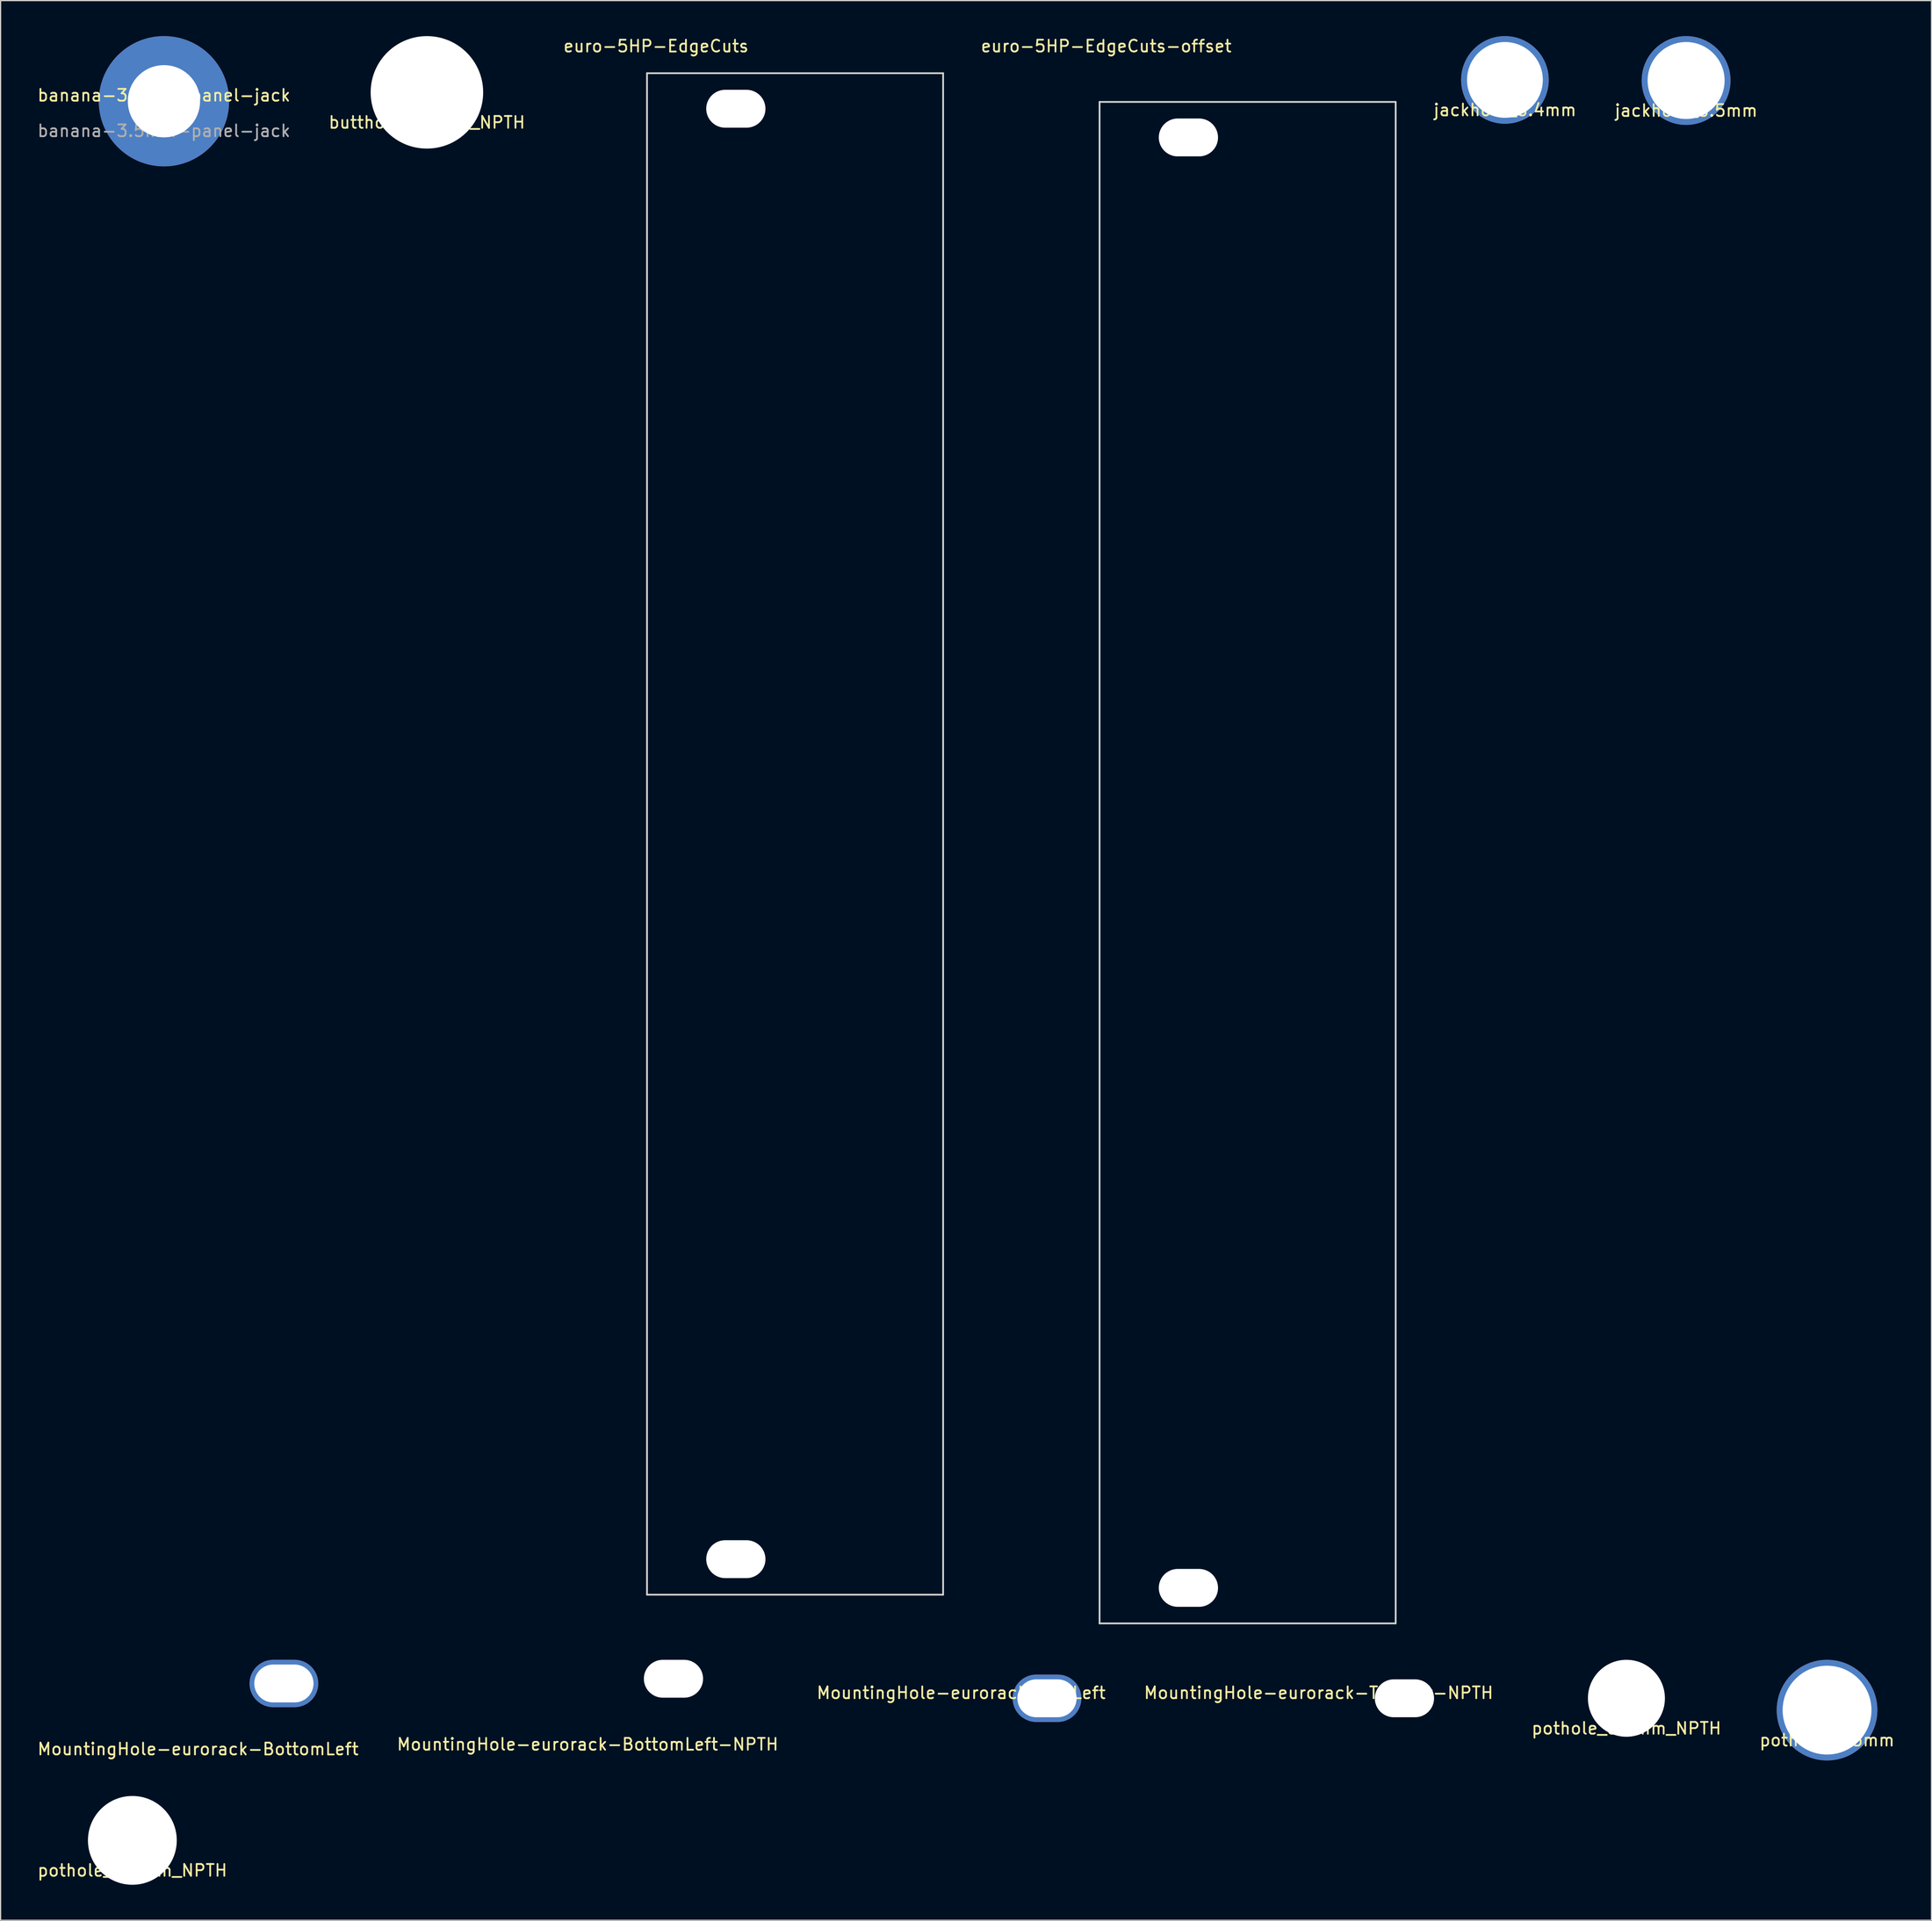
<source format=kicad_pcb>
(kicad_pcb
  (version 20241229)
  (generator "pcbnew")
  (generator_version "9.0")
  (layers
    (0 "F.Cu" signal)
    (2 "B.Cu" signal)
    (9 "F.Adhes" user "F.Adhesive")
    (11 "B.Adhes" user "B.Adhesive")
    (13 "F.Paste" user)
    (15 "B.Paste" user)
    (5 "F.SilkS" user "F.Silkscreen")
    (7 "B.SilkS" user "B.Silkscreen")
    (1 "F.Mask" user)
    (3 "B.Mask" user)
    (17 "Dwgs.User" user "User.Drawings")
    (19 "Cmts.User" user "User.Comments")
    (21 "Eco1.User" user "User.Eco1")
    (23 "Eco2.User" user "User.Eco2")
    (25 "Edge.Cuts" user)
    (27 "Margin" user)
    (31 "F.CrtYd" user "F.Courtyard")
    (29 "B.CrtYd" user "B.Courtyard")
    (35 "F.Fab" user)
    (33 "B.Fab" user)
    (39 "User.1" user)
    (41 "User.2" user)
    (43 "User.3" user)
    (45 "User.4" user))
  (footprint "pothole_7.5mm_NPTH"
    (layer "F.Cu")
    (at 8.125 152.384)
    (property "Reference" "pothole_7.5mm_NPTH" (at 0 2.54 0) (layer "F.SilkS") (effects (font (size 1 1) (thickness 0.15))))
    (attr through_hole)
    (pad "" np_thru_hole circle (at 0 0) (size 7.5 7.5) (drill 7.5) (layers "*.Cu" "*.Mask")))
  (footprint "euro-5HP-EdgeCuts-offset"
    (layer "F.Cu")
    (at 89.587 3.134)
    (property "Reference" "euro-5HP-EdgeCuts-offset" (at 0.762 -2.286 0) (layer "F.SilkS") (effects (font (size 1 1) (thickness 0.15))))
    (attr through_hole)
    (fp_line (start 0.2 2.425) (end 25.2 2.425) (stroke (width 0.15) (type solid)) (layer "Edge.Cuts"))
    (fp_line (start 0.2 130.925) (end 0.2 2.425) (stroke (width 0.15) (type solid)) (layer "Edge.Cuts"))
    (fp_line (start 25.2 2.425) (end 25.2 130.925) (stroke (width 0.15) (type solid)) (layer "Edge.Cuts"))
    (fp_line (start 25.2 130.925) (end 0.2 130.925) (stroke (width 0.15) (type solid)) (layer "Edge.Cuts"))
    (pad "" np_thru_hole oval (at 7.7 5.425) (size 5 3.2) (drill oval 5 3.2) (layers "*.Cu" "*.Mask"))
    (pad "" np_thru_hole oval (at 7.7 127.925) (size 5 3.2) (drill oval 5 3.2) (layers "*.Cu" "*.Mask")))
  (footprint "banana-3.5mm-panel-jack"
    (layer "F.Cu")
    (at 10.792 5.5)
    (property "Reference" "banana-3.5mm-panel-jack" (at 0 -0.5 0) (unlocked yes) (layer "F.SilkS") (effects (font (size 1 1) (thickness 0.15))))
    (fp_text user "${REFERENCE}" (at 0 2.5 0) (unlocked yes) (layer "F.Fab") (effects (font (size 1 1) (thickness 0.15))))
    (pad "T" thru_hole circle (at 0 0) (size 11 11) (drill 6.1) (layers "*.Cu" "*.Mask")))
  (footprint "jackhole_6.5mm"
    (layer "F.Cu")
    (at 139.308 3.75)
    (property "Reference" "jackhole_6.5mm" (at 0 2.54 0) (layer "F.SilkS") (effects (font (size 1 1) (thickness 0.15))))
    (attr through_hole)
    (pad "1" thru_hole circle (at 0 0) (size 7.5 7.5) (drill 6.5) (layers "*.Cu" "*.Mask")))
  (footprint "euro-5HP-EdgeCuts"
    (layer "F.Cu")
    (at 51.577 3.134)
    (property "Reference" "euro-5HP-EdgeCuts" (at 0.762 -2.286 0) (layer "F.SilkS") (effects (font (size 1 1) (thickness 0.15))))
    (attr through_hole)
    (fp_line (start 0 0) (end 25 0) (stroke (width 0.15) (type solid)) (layer "Edge.Cuts"))
    (fp_line (start 0 128.5) (end 0 0) (stroke (width 0.15) (type solid)) (layer "Edge.Cuts"))
    (fp_line (start 25 0) (end 25 128.5) (stroke (width 0.15) (type solid)) (layer "Edge.Cuts"))
    (fp_line (start 25 128.5) (end 0 128.5) (stroke (width 0.15) (type solid)) (layer "Edge.Cuts"))
    (pad "" np_thru_hole oval (at 7.5 3) (size 5 3.2) (drill oval 5 3.2) (layers "*.Cu" "*.Mask"))
    (pad "" np_thru_hole oval (at 7.5 125.5) (size 5 3.2) (drill oval 5 3.2) (layers "*.Cu" "*.Mask")))
  (footprint "MountingHole-eurorack-TopLeft-NPTH"
    (layer "F.Cu")
    (at 108.026 137.384)
    (property "Reference" "MountingHole-eurorack-TopLeft-NPTH" (at 0.254 2.54 0) (layer "F.SilkS") (effects (font (size 1 1) (thickness 0.15))))
    (attr through_hole)
    (pad "" np_thru_hole oval (at 7.5 3) (size 5 3.2) (drill oval 5 3.2) (layers "*.Cu" "*.Mask")))
  (footprint "pothole_7.5mm"
    (layer "F.Cu")
    (at 151.208 141.384)
    (property "Reference" "pothole_7.5mm" (at 0 2.54 0) (layer "F.SilkS") (effects (font (size 1 1) (thickness 0.15))))
    (attr through_hole)
    (pad "1" thru_hole circle (at 0 0) (size 8.5 8.5) (drill 7.5) (layers "*.Cu" "*.Mask")))
  (footprint "butthole_9.5mm_NPTH"
    (layer "F.Cu")
    (at 32.994 4.75)
    (property "Reference" "butthole_9.5mm_NPTH" (at 0 2.54 0) (layer "F.SilkS") (effects (font (size 1 1) (thickness 0.15))))
    (attr through_hole)
    (pad "" np_thru_hole circle (at 0 0) (size 9.5 9.5) (drill 9.5) (layers "*.Cu" "*.Mask")))
  (footprint "jackhole_6.4mm"
    (layer "F.Cu")
    (at 124.011 3.7)
    (property "Reference" "jackhole_6.4mm" (at 0 2.54 0) (layer "F.SilkS") (effects (font (size 1 1) (thickness 0.15))))
    (attr through_hole)
    (pad "1" thru_hole circle (at 0 0) (size 7.4 7.4) (drill 6.4) (layers "*.Cu" "*.Mask")))
  (footprint "MountingHole-eurorack-BottomLeft-NPTH"
    (layer "F.Cu")
    (at 46.311 141.734)
    (property "Reference" "MountingHole-eurorack-BottomLeft-NPTH" (at 0.254 2.54 0) (layer "F.SilkS") (effects (font (size 1 1) (thickness 0.15))))
    (attr through_hole)
    (pad "" np_thru_hole oval (at 7.5 -3) (size 5 3.2) (drill oval 5 3.2) (layers "*.Cu" "*.Mask")))
  (footprint "MountingHole-eurorack-TopLeft"
    (layer "F.Cu")
    (at 77.847 137.384)
    (property "Reference" "MountingHole-eurorack-TopLeft" (at 0.254 2.54 0) (layer "F.SilkS") (effects (font (size 1 1) (thickness 0.15))))
    (attr through_hole)
    (pad "1" thru_hole oval (at 7.5 3) (size 5.8 4) (drill oval 5 3.2) (layers "*.Cu" "*.Mask")))
  (footprint "MountingHole-eurorack-BottomLeft"
    (layer "F.Cu")
    (at 13.419 142.134)
    (property "Reference" "MountingHole-eurorack-BottomLeft" (at 0.254 2.54 0) (layer "F.SilkS") (effects (font (size 1 1) (thickness 0.15))))
    (attr through_hole)
    (pad "1" thru_hole oval (at 7.5 -3) (size 5.8 4) (drill oval 5 3.2) (layers "*.Cu" "*.Mask")))
  (footprint "pothole_6.5mm_NPTH"
    (layer "F.Cu")
    (at 134.268 140.384)
    (property "Reference" "pothole_6.5mm_NPTH" (at 0 2.54 0) (layer "F.SilkS") (effects (font (size 1 1) (thickness 0.15))))
    (attr through_hole)
    (pad "" np_thru_hole circle (at 0 0) (size 6.5 6.5) (drill 6.5) (layers "*.Cu" "*.Mask")))
  (gr_rect
    (start -3 -3)
    (end 160.024 159.134)
    (stroke (width 0.1) (type default))
    (fill no)
    (layer "Edge.Cuts")))
</source>
